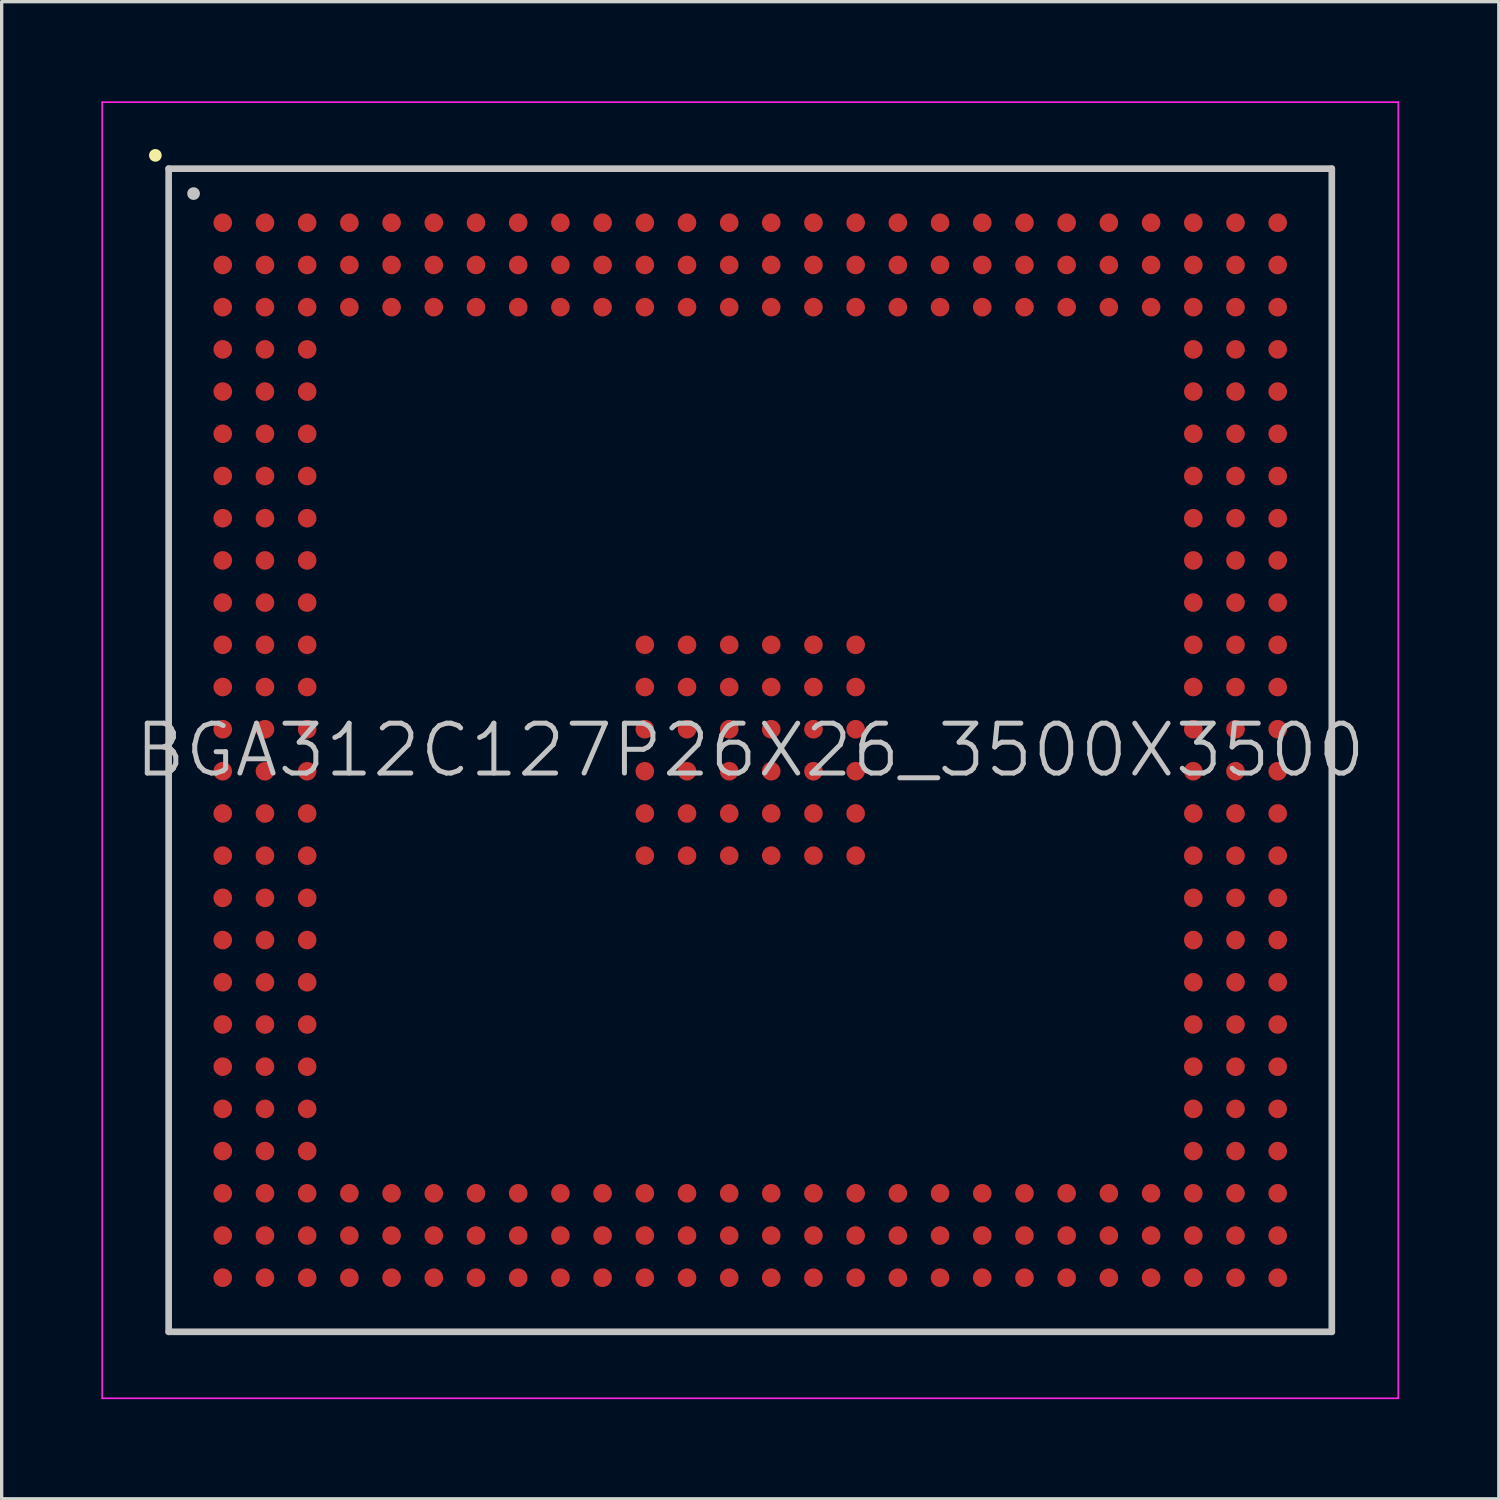
<source format=kicad_pcb>
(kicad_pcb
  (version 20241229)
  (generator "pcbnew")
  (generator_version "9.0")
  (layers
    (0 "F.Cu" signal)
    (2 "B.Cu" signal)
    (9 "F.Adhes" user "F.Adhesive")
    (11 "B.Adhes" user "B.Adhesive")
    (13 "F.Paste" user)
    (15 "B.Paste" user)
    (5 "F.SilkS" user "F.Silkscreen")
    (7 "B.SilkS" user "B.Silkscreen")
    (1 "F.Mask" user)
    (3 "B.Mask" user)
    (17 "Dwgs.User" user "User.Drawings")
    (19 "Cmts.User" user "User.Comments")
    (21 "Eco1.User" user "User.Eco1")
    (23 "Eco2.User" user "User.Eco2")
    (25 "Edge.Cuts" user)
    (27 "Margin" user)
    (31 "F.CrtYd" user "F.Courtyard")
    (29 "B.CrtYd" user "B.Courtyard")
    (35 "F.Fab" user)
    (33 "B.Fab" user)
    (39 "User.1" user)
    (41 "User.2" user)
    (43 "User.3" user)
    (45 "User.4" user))
  (footprint "BGA312C127P26X26_3500X3500"
    (layer "F.Cu")
    (at 19.525 19.525)
    (property "Reference" "BGA312C127P26X26_3500X3500" (at 0 0 0) (layer "Dwgs.User") (effects (font (size 1.5 1.5) (thickness 0.15))))
    (attr smd)
    (fp_line (start -17.9 -17.9) (end -17.9 -17.9) (stroke (width 0.381) (type solid)) (layer "F.SilkS"))
    (fp_line (start -17.5 -17.5) (end -17.5 17.5) (stroke (width 0.2) (type solid)) (layer "Dwgs.User"))
    (fp_line (start -17.5 -17.5) (end 17.5 -17.5) (stroke (width 0.2) (type solid)) (layer "Dwgs.User"))
    (fp_line (start -17.5 17.5) (end 17.5 17.5) (stroke (width 0.2) (type solid)) (layer "Dwgs.User"))
    (fp_line (start -16.75 -16.75) (end -16.75 -16.75) (stroke (width 0.381) (type solid)) (layer "Dwgs.User"))
    (fp_line (start 17.5 -17.5) (end 17.5 17.5) (stroke (width 0.2) (type solid)) (layer "Dwgs.User"))
    (fp_line (start -19.5 -19.5) (end -19.5 19.5) (stroke (width 0.05) (type solid)) (layer "F.CrtYd"))
    (fp_line (start -19.5 -19.5) (end 19.5 -19.5) (stroke (width 0.05) (type solid)) (layer "F.CrtYd"))
    (fp_line (start -19.5 19.5) (end 19.5 19.5) (stroke (width 0.05) (type solid)) (layer "F.CrtYd"))
    (fp_line (start 19.5 -19.5) (end 19.5 19.5) (stroke (width 0.05) (type solid)) (layer "F.CrtYd"))
    (pad "A1" smd circle (at -15.872 -15.872 270) (size 0.56 0.56) (layers "F.Cu" "F.Mask" "F.Paste"))
    (pad "A2" smd circle (at -14.602 -15.872 270) (size 0.56 0.56) (layers "F.Cu" "F.Mask" "F.Paste"))
    (pad "A3" smd circle (at -13.332 -15.872 270) (size 0.56 0.56) (layers "F.Cu" "F.Mask" "F.Paste"))
    (pad "A4" smd circle (at -12.062 -15.872 270) (size 0.56 0.56) (layers "F.Cu" "F.Mask" "F.Paste"))
    (pad "A5" smd circle (at -10.792 -15.872 270) (size 0.56 0.56) (layers "F.Cu" "F.Mask" "F.Paste"))
    (pad "A6" smd circle (at -9.522 -15.872 270) (size 0.56 0.56) (layers "F.Cu" "F.Mask" "F.Paste"))
    (pad "A7" smd circle (at -8.252 -15.872 270) (size 0.56 0.56) (layers "F.Cu" "F.Mask" "F.Paste"))
    (pad "A8" smd circle (at -6.982 -15.872 270) (size 0.56 0.56) (layers "F.Cu" "F.Mask" "F.Paste"))
    (pad "A9" smd circle (at -5.712 -15.872 270) (size 0.56 0.56) (layers "F.Cu" "F.Mask" "F.Paste"))
    (pad "A10" smd circle (at -4.442 -15.872 270) (size 0.56 0.56) (layers "F.Cu" "F.Mask" "F.Paste"))
    (pad "A11" smd circle (at -3.172 -15.872 270) (size 0.56 0.56) (layers "F.Cu" "F.Mask" "F.Paste"))
    (pad "A12" smd circle (at -1.902 -15.872 270) (size 0.56 0.56) (layers "F.Cu" "F.Mask" "F.Paste"))
    (pad "A13" smd circle (at -0.632 -15.872 270) (size 0.56 0.56) (layers "F.Cu" "F.Mask" "F.Paste"))
    (pad "A14" smd circle (at 0.632 -15.872 270) (size 0.56 0.56) (layers "F.Cu" "F.Mask" "F.Paste"))
    (pad "A15" smd circle (at 1.902 -15.872 270) (size 0.56 0.56) (layers "F.Cu" "F.Mask" "F.Paste"))
    (pad "A16" smd circle (at 3.172 -15.872 270) (size 0.56 0.56) (layers "F.Cu" "F.Mask" "F.Paste"))
    (pad "A17" smd circle (at 4.442 -15.872 270) (size 0.56 0.56) (layers "F.Cu" "F.Mask" "F.Paste"))
    (pad "A18" smd circle (at 5.712 -15.872 270) (size 0.56 0.56) (layers "F.Cu" "F.Mask" "F.Paste"))
    (pad "A19" smd circle (at 6.982 -15.872 270) (size 0.56 0.56) (layers "F.Cu" "F.Mask" "F.Paste"))
    (pad "A20" smd circle (at 8.252 -15.872 270) (size 0.56 0.56) (layers "F.Cu" "F.Mask" "F.Paste"))
    (pad "A21" smd circle (at 9.522 -15.872 270) (size 0.56 0.56) (layers "F.Cu" "F.Mask" "F.Paste"))
    (pad "A22" smd circle (at 10.792 -15.872 270) (size 0.56 0.56) (layers "F.Cu" "F.Mask" "F.Paste"))
    (pad "A23" smd circle (at 12.062 -15.872 270) (size 0.56 0.56) (layers "F.Cu" "F.Mask" "F.Paste"))
    (pad "A24" smd circle (at 13.332 -15.872 270) (size 0.56 0.56) (layers "F.Cu" "F.Mask" "F.Paste"))
    (pad "A25" smd circle (at 14.602 -15.872 270) (size 0.56 0.56) (layers "F.Cu" "F.Mask" "F.Paste"))
    (pad "A26" smd circle (at 15.872 -15.872 270) (size 0.56 0.56) (layers "F.Cu" "F.Mask" "F.Paste"))
    (pad "AA1" smd circle (at -15.872 9.522 270) (size 0.56 0.56) (layers "F.Cu" "F.Mask" "F.Paste"))
    (pad "AA2" smd circle (at -14.602 9.522 270) (size 0.56 0.56) (layers "F.Cu" "F.Mask" "F.Paste"))
    (pad "AA3" smd circle (at -13.332 9.522 270) (size 0.56 0.56) (layers "F.Cu" "F.Mask" "F.Paste"))
    (pad "AA24" smd circle (at 13.332 9.522 270) (size 0.56 0.56) (layers "F.Cu" "F.Mask" "F.Paste"))
    (pad "AA25" smd circle (at 14.602 9.522 270) (size 0.56 0.56) (layers "F.Cu" "F.Mask" "F.Paste"))
    (pad "AA26" smd circle (at 15.872 9.522 270) (size 0.56 0.56) (layers "F.Cu" "F.Mask" "F.Paste"))
    (pad "AB1" smd circle (at -15.872 10.792 270) (size 0.56 0.56) (layers "F.Cu" "F.Mask" "F.Paste"))
    (pad "AB2" smd circle (at -14.602 10.792 270) (size 0.56 0.56) (layers "F.Cu" "F.Mask" "F.Paste"))
    (pad "AB3" smd circle (at -13.332 10.792 270) (size 0.56 0.56) (layers "F.Cu" "F.Mask" "F.Paste"))
    (pad "AB24" smd circle (at 13.332 10.792 270) (size 0.56 0.56) (layers "F.Cu" "F.Mask" "F.Paste"))
    (pad "AB25" smd circle (at 14.602 10.792 270) (size 0.56 0.56) (layers "F.Cu" "F.Mask" "F.Paste"))
    (pad "AB26" smd circle (at 15.872 10.792 270) (size 0.56 0.56) (layers "F.Cu" "F.Mask" "F.Paste"))
    (pad "AC1" smd circle (at -15.872 12.062 270) (size 0.56 0.56) (layers "F.Cu" "F.Mask" "F.Paste"))
    (pad "AC2" smd circle (at -14.602 12.062 270) (size 0.56 0.56) (layers "F.Cu" "F.Mask" "F.Paste"))
    (pad "AC3" smd circle (at -13.332 12.062 270) (size 0.56 0.56) (layers "F.Cu" "F.Mask" "F.Paste"))
    (pad "AC24" smd circle (at 13.332 12.062 270) (size 0.56 0.56) (layers "F.Cu" "F.Mask" "F.Paste"))
    (pad "AC25" smd circle (at 14.602 12.062 270) (size 0.56 0.56) (layers "F.Cu" "F.Mask" "F.Paste"))
    (pad "AC26" smd circle (at 15.872 12.062 270) (size 0.56 0.56) (layers "F.Cu" "F.Mask" "F.Paste"))
    (pad "AD1" smd circle (at -15.872 13.332 270) (size 0.56 0.56) (layers "F.Cu" "F.Mask" "F.Paste"))
    (pad "AD2" smd circle (at -14.602 13.332 270) (size 0.56 0.56) (layers "F.Cu" "F.Mask" "F.Paste"))
    (pad "AD3" smd circle (at -13.332 13.332 270) (size 0.56 0.56) (layers "F.Cu" "F.Mask" "F.Paste"))
    (pad "AD4" smd circle (at -12.062 13.332 270) (size 0.56 0.56) (layers "F.Cu" "F.Mask" "F.Paste"))
    (pad "AD5" smd circle (at -10.792 13.332 270) (size 0.56 0.56) (layers "F.Cu" "F.Mask" "F.Paste"))
    (pad "AD6" smd circle (at -9.522 13.332 270) (size 0.56 0.56) (layers "F.Cu" "F.Mask" "F.Paste"))
    (pad "AD7" smd circle (at -8.252 13.332 270) (size 0.56 0.56) (layers "F.Cu" "F.Mask" "F.Paste"))
    (pad "AD8" smd circle (at -6.982 13.332 270) (size 0.56 0.56) (layers "F.Cu" "F.Mask" "F.Paste"))
    (pad "AD9" smd circle (at -5.712 13.332 270) (size 0.56 0.56) (layers "F.Cu" "F.Mask" "F.Paste"))
    (pad "AD10" smd circle (at -4.442 13.332 270) (size 0.56 0.56) (layers "F.Cu" "F.Mask" "F.Paste"))
    (pad "AD11" smd circle (at -3.172 13.332 270) (size 0.56 0.56) (layers "F.Cu" "F.Mask" "F.Paste"))
    (pad "AD12" smd circle (at -1.902 13.332 270) (size 0.56 0.56) (layers "F.Cu" "F.Mask" "F.Paste"))
    (pad "AD13" smd circle (at -0.632 13.332 270) (size 0.56 0.56) (layers "F.Cu" "F.Mask" "F.Paste"))
    (pad "AD14" smd circle (at 0.632 13.332 270) (size 0.56 0.56) (layers "F.Cu" "F.Mask" "F.Paste"))
    (pad "AD15" smd circle (at 1.902 13.332 270) (size 0.56 0.56) (layers "F.Cu" "F.Mask" "F.Paste"))
    (pad "AD16" smd circle (at 3.172 13.332 270) (size 0.56 0.56) (layers "F.Cu" "F.Mask" "F.Paste"))
    (pad "AD17" smd circle (at 4.442 13.332 270) (size 0.56 0.56) (layers "F.Cu" "F.Mask" "F.Paste"))
    (pad "AD18" smd circle (at 5.712 13.332 270) (size 0.56 0.56) (layers "F.Cu" "F.Mask" "F.Paste"))
    (pad "AD19" smd circle (at 6.982 13.332 270) (size 0.56 0.56) (layers "F.Cu" "F.Mask" "F.Paste"))
    (pad "AD20" smd circle (at 8.252 13.332 270) (size 0.56 0.56) (layers "F.Cu" "F.Mask" "F.Paste"))
    (pad "AD21" smd circle (at 9.522 13.332 270) (size 0.56 0.56) (layers "F.Cu" "F.Mask" "F.Paste"))
    (pad "AD22" smd circle (at 10.792 13.332 270) (size 0.56 0.56) (layers "F.Cu" "F.Mask" "F.Paste"))
    (pad "AD23" smd circle (at 12.062 13.332 270) (size 0.56 0.56) (layers "F.Cu" "F.Mask" "F.Paste"))
    (pad "AD24" smd circle (at 13.332 13.332 270) (size 0.56 0.56) (layers "F.Cu" "F.Mask" "F.Paste"))
    (pad "AD25" smd circle (at 14.602 13.332 270) (size 0.56 0.56) (layers "F.Cu" "F.Mask" "F.Paste"))
    (pad "AD26" smd circle (at 15.872 13.332 270) (size 0.56 0.56) (layers "F.Cu" "F.Mask" "F.Paste"))
    (pad "AE1" smd circle (at -15.872 14.602 270) (size 0.56 0.56) (layers "F.Cu" "F.Mask" "F.Paste"))
    (pad "AE2" smd circle (at -14.602 14.602 270) (size 0.56 0.56) (layers "F.Cu" "F.Mask" "F.Paste"))
    (pad "AE3" smd circle (at -13.332 14.602 270) (size 0.56 0.56) (layers "F.Cu" "F.Mask" "F.Paste"))
    (pad "AE4" smd circle (at -12.062 14.602 270) (size 0.56 0.56) (layers "F.Cu" "F.Mask" "F.Paste"))
    (pad "AE5" smd circle (at -10.792 14.602 270) (size 0.56 0.56) (layers "F.Cu" "F.Mask" "F.Paste"))
    (pad "AE6" smd circle (at -9.522 14.602 270) (size 0.56 0.56) (layers "F.Cu" "F.Mask" "F.Paste"))
    (pad "AE7" smd circle (at -8.252 14.602 270) (size 0.56 0.56) (layers "F.Cu" "F.Mask" "F.Paste"))
    (pad "AE8" smd circle (at -6.982 14.602 270) (size 0.56 0.56) (layers "F.Cu" "F.Mask" "F.Paste"))
    (pad "AE9" smd circle (at -5.712 14.602 270) (size 0.56 0.56) (layers "F.Cu" "F.Mask" "F.Paste"))
    (pad "AE10" smd circle (at -4.442 14.602 270) (size 0.56 0.56) (layers "F.Cu" "F.Mask" "F.Paste"))
    (pad "AE11" smd circle (at -3.172 14.602 270) (size 0.56 0.56) (layers "F.Cu" "F.Mask" "F.Paste"))
    (pad "AE12" smd circle (at -1.902 14.602 270) (size 0.56 0.56) (layers "F.Cu" "F.Mask" "F.Paste"))
    (pad "AE13" smd circle (at -0.632 14.602 270) (size 0.56 0.56) (layers "F.Cu" "F.Mask" "F.Paste"))
    (pad "AE14" smd circle (at 0.632 14.602 270) (size 0.56 0.56) (layers "F.Cu" "F.Mask" "F.Paste"))
    (pad "AE15" smd circle (at 1.902 14.602 270) (size 0.56 0.56) (layers "F.Cu" "F.Mask" "F.Paste"))
    (pad "AE16" smd circle (at 3.172 14.602 270) (size 0.56 0.56) (layers "F.Cu" "F.Mask" "F.Paste"))
    (pad "AE17" smd circle (at 4.442 14.602 270) (size 0.56 0.56) (layers "F.Cu" "F.Mask" "F.Paste"))
    (pad "AE18" smd circle (at 5.712 14.602 270) (size 0.56 0.56) (layers "F.Cu" "F.Mask" "F.Paste"))
    (pad "AE19" smd circle (at 6.982 14.602 270) (size 0.56 0.56) (layers "F.Cu" "F.Mask" "F.Paste"))
    (pad "AE20" smd circle (at 8.252 14.602 270) (size 0.56 0.56) (layers "F.Cu" "F.Mask" "F.Paste"))
    (pad "AE21" smd circle (at 9.522 14.602 270) (size 0.56 0.56) (layers "F.Cu" "F.Mask" "F.Paste"))
    (pad "AE22" smd circle (at 10.792 14.602 270) (size 0.56 0.56) (layers "F.Cu" "F.Mask" "F.Paste"))
    (pad "AE23" smd circle (at 12.062 14.602 270) (size 0.56 0.56) (layers "F.Cu" "F.Mask" "F.Paste"))
    (pad "AE24" smd circle (at 13.332 14.602 270) (size 0.56 0.56) (layers "F.Cu" "F.Mask" "F.Paste"))
    (pad "AE25" smd circle (at 14.602 14.602 270) (size 0.56 0.56) (layers "F.Cu" "F.Mask" "F.Paste"))
    (pad "AE26" smd circle (at 15.872 14.602 270) (size 0.56 0.56) (layers "F.Cu" "F.Mask" "F.Paste"))
    (pad "AF1" smd circle (at -15.872 15.872 270) (size 0.56 0.56) (layers "F.Cu" "F.Mask" "F.Paste"))
    (pad "AF2" smd circle (at -14.602 15.872 270) (size 0.56 0.56) (layers "F.Cu" "F.Mask" "F.Paste"))
    (pad "AF3" smd circle (at -13.332 15.872 270) (size 0.56 0.56) (layers "F.Cu" "F.Mask" "F.Paste"))
    (pad "AF4" smd circle (at -12.062 15.872 270) (size 0.56 0.56) (layers "F.Cu" "F.Mask" "F.Paste"))
    (pad "AF5" smd circle (at -10.792 15.872 270) (size 0.56 0.56) (layers "F.Cu" "F.Mask" "F.Paste"))
    (pad "AF6" smd circle (at -9.522 15.872 270) (size 0.56 0.56) (layers "F.Cu" "F.Mask" "F.Paste"))
    (pad "AF7" smd circle (at -8.252 15.872 270) (size 0.56 0.56) (layers "F.Cu" "F.Mask" "F.Paste"))
    (pad "AF8" smd circle (at -6.982 15.872 270) (size 0.56 0.56) (layers "F.Cu" "F.Mask" "F.Paste"))
    (pad "AF9" smd circle (at -5.712 15.872 270) (size 0.56 0.56) (layers "F.Cu" "F.Mask" "F.Paste"))
    (pad "AF10" smd circle (at -4.442 15.872 270) (size 0.56 0.56) (layers "F.Cu" "F.Mask" "F.Paste"))
    (pad "AF11" smd circle (at -3.172 15.872 270) (size 0.56 0.56) (layers "F.Cu" "F.Mask" "F.Paste"))
    (pad "AF12" smd circle (at -1.902 15.872 270) (size 0.56 0.56) (layers "F.Cu" "F.Mask" "F.Paste"))
    (pad "AF13" smd circle (at -0.632 15.872 270) (size 0.56 0.56) (layers "F.Cu" "F.Mask" "F.Paste"))
    (pad "AF14" smd circle (at 0.632 15.872 270) (size 0.56 0.56) (layers "F.Cu" "F.Mask" "F.Paste"))
    (pad "AF15" smd circle (at 1.902 15.872 270) (size 0.56 0.56) (layers "F.Cu" "F.Mask" "F.Paste"))
    (pad "AF16" smd circle (at 3.172 15.872 270) (size 0.56 0.56) (layers "F.Cu" "F.Mask" "F.Paste"))
    (pad "AF17" smd circle (at 4.442 15.872 270) (size 0.56 0.56) (layers "F.Cu" "F.Mask" "F.Paste"))
    (pad "AF18" smd circle (at 5.712 15.872 270) (size 0.56 0.56) (layers "F.Cu" "F.Mask" "F.Paste"))
    (pad "AF19" smd circle (at 6.982 15.872 270) (size 0.56 0.56) (layers "F.Cu" "F.Mask" "F.Paste"))
    (pad "AF20" smd circle (at 8.252 15.872 270) (size 0.56 0.56) (layers "F.Cu" "F.Mask" "F.Paste"))
    (pad "AF21" smd circle (at 9.522 15.872 270) (size 0.56 0.56) (layers "F.Cu" "F.Mask" "F.Paste"))
    (pad "AF22" smd circle (at 10.792 15.872 270) (size 0.56 0.56) (layers "F.Cu" "F.Mask" "F.Paste"))
    (pad "AF23" smd circle (at 12.062 15.872 270) (size 0.56 0.56) (layers "F.Cu" "F.Mask" "F.Paste"))
    (pad "AF24" smd circle (at 13.332 15.872 270) (size 0.56 0.56) (layers "F.Cu" "F.Mask" "F.Paste"))
    (pad "AF25" smd circle (at 14.602 15.872 270) (size 0.56 0.56) (layers "F.Cu" "F.Mask" "F.Paste"))
    (pad "AF26" smd circle (at 15.872 15.872 270) (size 0.56 0.56) (layers "F.Cu" "F.Mask" "F.Paste"))
    (pad "B1" smd circle (at -15.872 -14.602 270) (size 0.56 0.56) (layers "F.Cu" "F.Mask" "F.Paste"))
    (pad "B2" smd circle (at -14.602 -14.602 270) (size 0.56 0.56) (layers "F.Cu" "F.Mask" "F.Paste"))
    (pad "B3" smd circle (at -13.332 -14.602 270) (size 0.56 0.56) (layers "F.Cu" "F.Mask" "F.Paste"))
    (pad "B4" smd circle (at -12.062 -14.602 270) (size 0.56 0.56) (layers "F.Cu" "F.Mask" "F.Paste"))
    (pad "B5" smd circle (at -10.792 -14.602 270) (size 0.56 0.56) (layers "F.Cu" "F.Mask" "F.Paste"))
    (pad "B6" smd circle (at -9.522 -14.602 270) (size 0.56 0.56) (layers "F.Cu" "F.Mask" "F.Paste"))
    (pad "B7" smd circle (at -8.252 -14.602 270) (size 0.56 0.56) (layers "F.Cu" "F.Mask" "F.Paste"))
    (pad "B8" smd circle (at -6.982 -14.602 270) (size 0.56 0.56) (layers "F.Cu" "F.Mask" "F.Paste"))
    (pad "B9" smd circle (at -5.712 -14.602 270) (size 0.56 0.56) (layers "F.Cu" "F.Mask" "F.Paste"))
    (pad "B10" smd circle (at -4.442 -14.602 270) (size 0.56 0.56) (layers "F.Cu" "F.Mask" "F.Paste"))
    (pad "B11" smd circle (at -3.172 -14.602 270) (size 0.56 0.56) (layers "F.Cu" "F.Mask" "F.Paste"))
    (pad "B12" smd circle (at -1.902 -14.602 270) (size 0.56 0.56) (layers "F.Cu" "F.Mask" "F.Paste"))
    (pad "B13" smd circle (at -0.632 -14.602 270) (size 0.56 0.56) (layers "F.Cu" "F.Mask" "F.Paste"))
    (pad "B14" smd circle (at 0.632 -14.602 270) (size 0.56 0.56) (layers "F.Cu" "F.Mask" "F.Paste"))
    (pad "B15" smd circle (at 1.902 -14.602 270) (size 0.56 0.56) (layers "F.Cu" "F.Mask" "F.Paste"))
    (pad "B16" smd circle (at 3.172 -14.602 270) (size 0.56 0.56) (layers "F.Cu" "F.Mask" "F.Paste"))
    (pad "B17" smd circle (at 4.442 -14.602 270) (size 0.56 0.56) (layers "F.Cu" "F.Mask" "F.Paste"))
    (pad "B18" smd circle (at 5.712 -14.602 270) (size 0.56 0.56) (layers "F.Cu" "F.Mask" "F.Paste"))
    (pad "B19" smd circle (at 6.982 -14.602 270) (size 0.56 0.56) (layers "F.Cu" "F.Mask" "F.Paste"))
    (pad "B20" smd circle (at 8.252 -14.602 270) (size 0.56 0.56) (layers "F.Cu" "F.Mask" "F.Paste"))
    (pad "B21" smd circle (at 9.522 -14.602 270) (size 0.56 0.56) (layers "F.Cu" "F.Mask" "F.Paste"))
    (pad "B22" smd circle (at 10.792 -14.602 270) (size 0.56 0.56) (layers "F.Cu" "F.Mask" "F.Paste"))
    (pad "B23" smd circle (at 12.062 -14.602 270) (size 0.56 0.56) (layers "F.Cu" "F.Mask" "F.Paste"))
    (pad "B24" smd circle (at 13.332 -14.602 270) (size 0.56 0.56) (layers "F.Cu" "F.Mask" "F.Paste"))
    (pad "B25" smd circle (at 14.602 -14.602 270) (size 0.56 0.56) (layers "F.Cu" "F.Mask" "F.Paste"))
    (pad "B26" smd circle (at 15.872 -14.602 270) (size 0.56 0.56) (layers "F.Cu" "F.Mask" "F.Paste"))
    (pad "C1" smd circle (at -15.872 -13.332 270) (size 0.56 0.56) (layers "F.Cu" "F.Mask" "F.Paste"))
    (pad "C2" smd circle (at -14.602 -13.332 270) (size 0.56 0.56) (layers "F.Cu" "F.Mask" "F.Paste"))
    (pad "C3" smd circle (at -13.332 -13.332 270) (size 0.56 0.56) (layers "F.Cu" "F.Mask" "F.Paste"))
    (pad "C4" smd circle (at -12.062 -13.332 270) (size 0.56 0.56) (layers "F.Cu" "F.Mask" "F.Paste"))
    (pad "C5" smd circle (at -10.792 -13.332 270) (size 0.56 0.56) (layers "F.Cu" "F.Mask" "F.Paste"))
    (pad "C6" smd circle (at -9.522 -13.332 270) (size 0.56 0.56) (layers "F.Cu" "F.Mask" "F.Paste"))
    (pad "C7" smd circle (at -8.252 -13.332 270) (size 0.56 0.56) (layers "F.Cu" "F.Mask" "F.Paste"))
    (pad "C8" smd circle (at -6.982 -13.332 270) (size 0.56 0.56) (layers "F.Cu" "F.Mask" "F.Paste"))
    (pad "C9" smd circle (at -5.712 -13.332 270) (size 0.56 0.56) (layers "F.Cu" "F.Mask" "F.Paste"))
    (pad "C10" smd circle (at -4.442 -13.332 270) (size 0.56 0.56) (layers "F.Cu" "F.Mask" "F.Paste"))
    (pad "C11" smd circle (at -3.172 -13.332 270) (size 0.56 0.56) (layers "F.Cu" "F.Mask" "F.Paste"))
    (pad "C12" smd circle (at -1.902 -13.332 270) (size 0.56 0.56) (layers "F.Cu" "F.Mask" "F.Paste"))
    (pad "C13" smd circle (at -0.632 -13.332 270) (size 0.56 0.56) (layers "F.Cu" "F.Mask" "F.Paste"))
    (pad "C14" smd circle (at 0.632 -13.332 270) (size 0.56 0.56) (layers "F.Cu" "F.Mask" "F.Paste"))
    (pad "C15" smd circle (at 1.902 -13.332 270) (size 0.56 0.56) (layers "F.Cu" "F.Mask" "F.Paste"))
    (pad "C16" smd circle (at 3.172 -13.332 270) (size 0.56 0.56) (layers "F.Cu" "F.Mask" "F.Paste"))
    (pad "C17" smd circle (at 4.442 -13.332 270) (size 0.56 0.56) (layers "F.Cu" "F.Mask" "F.Paste"))
    (pad "C18" smd circle (at 5.712 -13.332 270) (size 0.56 0.56) (layers "F.Cu" "F.Mask" "F.Paste"))
    (pad "C19" smd circle (at 6.982 -13.332 270) (size 0.56 0.56) (layers "F.Cu" "F.Mask" "F.Paste"))
    (pad "C20" smd circle (at 8.252 -13.332 270) (size 0.56 0.56) (layers "F.Cu" "F.Mask" "F.Paste"))
    (pad "C21" smd circle (at 9.522 -13.332 270) (size 0.56 0.56) (layers "F.Cu" "F.Mask" "F.Paste"))
    (pad "C22" smd circle (at 10.792 -13.332 270) (size 0.56 0.56) (layers "F.Cu" "F.Mask" "F.Paste"))
    (pad "C23" smd circle (at 12.062 -13.332 270) (size 0.56 0.56) (layers "F.Cu" "F.Mask" "F.Paste"))
    (pad "C24" smd circle (at 13.332 -13.332 270) (size 0.56 0.56) (layers "F.Cu" "F.Mask" "F.Paste"))
    (pad "C25" smd circle (at 14.602 -13.332 270) (size 0.56 0.56) (layers "F.Cu" "F.Mask" "F.Paste"))
    (pad "C26" smd circle (at 15.872 -13.332 270) (size 0.56 0.56) (layers "F.Cu" "F.Mask" "F.Paste"))
    (pad "D1" smd circle (at -15.872 -12.062 270) (size 0.56 0.56) (layers "F.Cu" "F.Mask" "F.Paste"))
    (pad "D2" smd circle (at -14.602 -12.062 270) (size 0.56 0.56) (layers "F.Cu" "F.Mask" "F.Paste"))
    (pad "D3" smd circle (at -13.332 -12.062 270) (size 0.56 0.56) (layers "F.Cu" "F.Mask" "F.Paste"))
    (pad "D24" smd circle (at 13.332 -12.062 270) (size 0.56 0.56) (layers "F.Cu" "F.Mask" "F.Paste"))
    (pad "D25" smd circle (at 14.602 -12.062 270) (size 0.56 0.56) (layers "F.Cu" "F.Mask" "F.Paste"))
    (pad "D26" smd circle (at 15.872 -12.062 270) (size 0.56 0.56) (layers "F.Cu" "F.Mask" "F.Paste"))
    (pad "E1" smd circle (at -15.872 -10.792 270) (size 0.56 0.56) (layers "F.Cu" "F.Mask" "F.Paste"))
    (pad "E2" smd circle (at -14.602 -10.792 270) (size 0.56 0.56) (layers "F.Cu" "F.Mask" "F.Paste"))
    (pad "E3" smd circle (at -13.332 -10.792 270) (size 0.56 0.56) (layers "F.Cu" "F.Mask" "F.Paste"))
    (pad "E24" smd circle (at 13.332 -10.792 270) (size 0.56 0.56) (layers "F.Cu" "F.Mask" "F.Paste"))
    (pad "E25" smd circle (at 14.602 -10.792 270) (size 0.56 0.56) (layers "F.Cu" "F.Mask" "F.Paste"))
    (pad "E26" smd circle (at 15.872 -10.792 270) (size 0.56 0.56) (layers "F.Cu" "F.Mask" "F.Paste"))
    (pad "F1" smd circle (at -15.872 -9.522 270) (size 0.56 0.56) (layers "F.Cu" "F.Mask" "F.Paste"))
    (pad "F2" smd circle (at -14.602 -9.522 270) (size 0.56 0.56) (layers "F.Cu" "F.Mask" "F.Paste"))
    (pad "F3" smd circle (at -13.332 -9.522 270) (size 0.56 0.56) (layers "F.Cu" "F.Mask" "F.Paste"))
    (pad "F24" smd circle (at 13.332 -9.522 270) (size 0.56 0.56) (layers "F.Cu" "F.Mask" "F.Paste"))
    (pad "F25" smd circle (at 14.602 -9.522 270) (size 0.56 0.56) (layers "F.Cu" "F.Mask" "F.Paste"))
    (pad "F26" smd circle (at 15.872 -9.522 270) (size 0.56 0.56) (layers "F.Cu" "F.Mask" "F.Paste"))
    (pad "G1" smd circle (at -15.872 -8.252 270) (size 0.56 0.56) (layers "F.Cu" "F.Mask" "F.Paste"))
    (pad "G2" smd circle (at -14.602 -8.252 270) (size 0.56 0.56) (layers "F.Cu" "F.Mask" "F.Paste"))
    (pad "G3" smd circle (at -13.332 -8.252 270) (size 0.56 0.56) (layers "F.Cu" "F.Mask" "F.Paste"))
    (pad "G24" smd circle (at 13.332 -8.252 270) (size 0.56 0.56) (layers "F.Cu" "F.Mask" "F.Paste"))
    (pad "G25" smd circle (at 14.602 -8.252 270) (size 0.56 0.56) (layers "F.Cu" "F.Mask" "F.Paste"))
    (pad "G26" smd circle (at 15.872 -8.252 270) (size 0.56 0.56) (layers "F.Cu" "F.Mask" "F.Paste"))
    (pad "H1" smd circle (at -15.872 -6.982 270) (size 0.56 0.56) (layers "F.Cu" "F.Mask" "F.Paste"))
    (pad "H2" smd circle (at -14.602 -6.982 270) (size 0.56 0.56) (layers "F.Cu" "F.Mask" "F.Paste"))
    (pad "H3" smd circle (at -13.332 -6.982 270) (size 0.56 0.56) (layers "F.Cu" "F.Mask" "F.Paste"))
    (pad "H24" smd circle (at 13.332 -6.982 270) (size 0.56 0.56) (layers "F.Cu" "F.Mask" "F.Paste"))
    (pad "H25" smd circle (at 14.602 -6.982 270) (size 0.56 0.56) (layers "F.Cu" "F.Mask" "F.Paste"))
    (pad "H26" smd circle (at 15.872 -6.982 270) (size 0.56 0.56) (layers "F.Cu" "F.Mask" "F.Paste"))
    (pad "J1" smd circle (at -15.872 -5.712 270) (size 0.56 0.56) (layers "F.Cu" "F.Mask" "F.Paste"))
    (pad "J2" smd circle (at -14.602 -5.712 270) (size 0.56 0.56) (layers "F.Cu" "F.Mask" "F.Paste"))
    (pad "J3" smd circle (at -13.332 -5.712 270) (size 0.56 0.56) (layers "F.Cu" "F.Mask" "F.Paste"))
    (pad "J24" smd circle (at 13.332 -5.712 270) (size 0.56 0.56) (layers "F.Cu" "F.Mask" "F.Paste"))
    (pad "J25" smd circle (at 14.602 -5.712 270) (size 0.56 0.56) (layers "F.Cu" "F.Mask" "F.Paste"))
    (pad "J26" smd circle (at 15.872 -5.712 270) (size 0.56 0.56) (layers "F.Cu" "F.Mask" "F.Paste"))
    (pad "K1" smd circle (at -15.872 -4.442 270) (size 0.56 0.56) (layers "F.Cu" "F.Mask" "F.Paste"))
    (pad "K2" smd circle (at -14.602 -4.442 270) (size 0.56 0.56) (layers "F.Cu" "F.Mask" "F.Paste"))
    (pad "K3" smd circle (at -13.332 -4.442 270) (size 0.56 0.56) (layers "F.Cu" "F.Mask" "F.Paste"))
    (pad "K24" smd circle (at 13.332 -4.442 270) (size 0.56 0.56) (layers "F.Cu" "F.Mask" "F.Paste"))
    (pad "K25" smd circle (at 14.602 -4.442 270) (size 0.56 0.56) (layers "F.Cu" "F.Mask" "F.Paste"))
    (pad "K26" smd circle (at 15.872 -4.442 270) (size 0.56 0.56) (layers "F.Cu" "F.Mask" "F.Paste"))
    (pad "L1" smd circle (at -15.872 -3.172 270) (size 0.56 0.56) (layers "F.Cu" "F.Mask" "F.Paste"))
    (pad "L2" smd circle (at -14.602 -3.172 270) (size 0.56 0.56) (layers "F.Cu" "F.Mask" "F.Paste"))
    (pad "L3" smd circle (at -13.332 -3.172 270) (size 0.56 0.56) (layers "F.Cu" "F.Mask" "F.Paste"))
    (pad "L11" smd circle (at -3.172 -3.172 270) (size 0.56 0.56) (layers "F.Cu" "F.Mask" "F.Paste"))
    (pad "L12" smd circle (at -1.902 -3.172 270) (size 0.56 0.56) (layers "F.Cu" "F.Mask" "F.Paste"))
    (pad "L13" smd circle (at -0.632 -3.172 270) (size 0.56 0.56) (layers "F.Cu" "F.Mask" "F.Paste"))
    (pad "L14" smd circle (at 0.632 -3.172 270) (size 0.56 0.56) (layers "F.Cu" "F.Mask" "F.Paste"))
    (pad "L15" smd circle (at 1.902 -3.172 270) (size 0.56 0.56) (layers "F.Cu" "F.Mask" "F.Paste"))
    (pad "L16" smd circle (at 3.172 -3.172 270) (size 0.56 0.56) (layers "F.Cu" "F.Mask" "F.Paste"))
    (pad "L24" smd circle (at 13.332 -3.172 270) (size 0.56 0.56) (layers "F.Cu" "F.Mask" "F.Paste"))
    (pad "L25" smd circle (at 14.602 -3.172 270) (size 0.56 0.56) (layers "F.Cu" "F.Mask" "F.Paste"))
    (pad "L26" smd circle (at 15.872 -3.172 270) (size 0.56 0.56) (layers "F.Cu" "F.Mask" "F.Paste"))
    (pad "M1" smd circle (at -15.872 -1.902 270) (size 0.56 0.56) (layers "F.Cu" "F.Mask" "F.Paste"))
    (pad "M2" smd circle (at -14.602 -1.902 270) (size 0.56 0.56) (layers "F.Cu" "F.Mask" "F.Paste"))
    (pad "M3" smd circle (at -13.332 -1.902 270) (size 0.56 0.56) (layers "F.Cu" "F.Mask" "F.Paste"))
    (pad "M11" smd circle (at -3.172 -1.902 270) (size 0.56 0.56) (layers "F.Cu" "F.Mask" "F.Paste"))
    (pad "M12" smd circle (at -1.902 -1.902 270) (size 0.56 0.56) (layers "F.Cu" "F.Mask" "F.Paste"))
    (pad "M13" smd circle (at -0.632 -1.902 270) (size 0.56 0.56) (layers "F.Cu" "F.Mask" "F.Paste"))
    (pad "M14" smd circle (at 0.632 -1.902 270) (size 0.56 0.56) (layers "F.Cu" "F.Mask" "F.Paste"))
    (pad "M15" smd circle (at 1.902 -1.902 270) (size 0.56 0.56) (layers "F.Cu" "F.Mask" "F.Paste"))
    (pad "M16" smd circle (at 3.172 -1.902 270) (size 0.56 0.56) (layers "F.Cu" "F.Mask" "F.Paste"))
    (pad "M24" smd circle (at 13.332 -1.902 270) (size 0.56 0.56) (layers "F.Cu" "F.Mask" "F.Paste"))
    (pad "M25" smd circle (at 14.602 -1.902 270) (size 0.56 0.56) (layers "F.Cu" "F.Mask" "F.Paste"))
    (pad "M26" smd circle (at 15.872 -1.902 270) (size 0.56 0.56) (layers "F.Cu" "F.Mask" "F.Paste"))
    (pad "N1" smd circle (at -15.872 -0.632 270) (size 0.56 0.56) (layers "F.Cu" "F.Mask" "F.Paste"))
    (pad "N2" smd circle (at -14.602 -0.632 270) (size 0.56 0.56) (layers "F.Cu" "F.Mask" "F.Paste"))
    (pad "N3" smd circle (at -13.332 -0.632 270) (size 0.56 0.56) (layers "F.Cu" "F.Mask" "F.Paste"))
    (pad "N11" smd circle (at -3.172 -0.632 270) (size 0.56 0.56) (layers "F.Cu" "F.Mask" "F.Paste"))
    (pad "N12" smd circle (at -1.902 -0.632 270) (size 0.56 0.56) (layers "F.Cu" "F.Mask" "F.Paste"))
    (pad "N13" smd circle (at -0.632 -0.632 270) (size 0.56 0.56) (layers "F.Cu" "F.Mask" "F.Paste"))
    (pad "N14" smd circle (at 0.632 -0.632 270) (size 0.56 0.56) (layers "F.Cu" "F.Mask" "F.Paste"))
    (pad "N15" smd circle (at 1.902 -0.632 270) (size 0.56 0.56) (layers "F.Cu" "F.Mask" "F.Paste"))
    (pad "N16" smd circle (at 3.172 -0.632 270) (size 0.56 0.56) (layers "F.Cu" "F.Mask" "F.Paste"))
    (pad "N24" smd circle (at 13.332 -0.632 270) (size 0.56 0.56) (layers "F.Cu" "F.Mask" "F.Paste"))
    (pad "N25" smd circle (at 14.602 -0.632 270) (size 0.56 0.56) (layers "F.Cu" "F.Mask" "F.Paste"))
    (pad "N26" smd circle (at 15.872 -0.632 270) (size 0.56 0.56) (layers "F.Cu" "F.Mask" "F.Paste"))
    (pad "P1" smd circle (at -15.872 0.632 270) (size 0.56 0.56) (layers "F.Cu" "F.Mask" "F.Paste"))
    (pad "P2" smd circle (at -14.602 0.632 270) (size 0.56 0.56) (layers "F.Cu" "F.Mask" "F.Paste"))
    (pad "P3" smd circle (at -13.332 0.632 270) (size 0.56 0.56) (layers "F.Cu" "F.Mask" "F.Paste"))
    (pad "P11" smd circle (at -3.172 0.632 270) (size 0.56 0.56) (layers "F.Cu" "F.Mask" "F.Paste"))
    (pad "P12" smd circle (at -1.902 0.632 270) (size 0.56 0.56) (layers "F.Cu" "F.Mask" "F.Paste"))
    (pad "P13" smd circle (at -0.632 0.632 270) (size 0.56 0.56) (layers "F.Cu" "F.Mask" "F.Paste"))
    (pad "P14" smd circle (at 0.632 0.632 270) (size 0.56 0.56) (layers "F.Cu" "F.Mask" "F.Paste"))
    (pad "P15" smd circle (at 1.902 0.632 270) (size 0.56 0.56) (layers "F.Cu" "F.Mask" "F.Paste"))
    (pad "P16" smd circle (at 3.172 0.632 270) (size 0.56 0.56) (layers "F.Cu" "F.Mask" "F.Paste"))
    (pad "P24" smd circle (at 13.332 0.632 270) (size 0.56 0.56) (layers "F.Cu" "F.Mask" "F.Paste"))
    (pad "P25" smd circle (at 14.602 0.632 270) (size 0.56 0.56) (layers "F.Cu" "F.Mask" "F.Paste"))
    (pad "P26" smd circle (at 15.872 0.632 270) (size 0.56 0.56) (layers "F.Cu" "F.Mask" "F.Paste"))
    (pad "R1" smd circle (at -15.872 1.902 270) (size 0.56 0.56) (layers "F.Cu" "F.Mask" "F.Paste"))
    (pad "R2" smd circle (at -14.602 1.902 270) (size 0.56 0.56) (layers "F.Cu" "F.Mask" "F.Paste"))
    (pad "R3" smd circle (at -13.332 1.902 270) (size 0.56 0.56) (layers "F.Cu" "F.Mask" "F.Paste"))
    (pad "R11" smd circle (at -3.172 1.902 270) (size 0.56 0.56) (layers "F.Cu" "F.Mask" "F.Paste"))
    (pad "R12" smd circle (at -1.902 1.902 270) (size 0.56 0.56) (layers "F.Cu" "F.Mask" "F.Paste"))
    (pad "R13" smd circle (at -0.632 1.902 270) (size 0.56 0.56) (layers "F.Cu" "F.Mask" "F.Paste"))
    (pad "R14" smd circle (at 0.632 1.902 270) (size 0.56 0.56) (layers "F.Cu" "F.Mask" "F.Paste"))
    (pad "R15" smd circle (at 1.902 1.902 270) (size 0.56 0.56) (layers "F.Cu" "F.Mask" "F.Paste"))
    (pad "R16" smd circle (at 3.172 1.902 270) (size 0.56 0.56) (layers "F.Cu" "F.Mask" "F.Paste"))
    (pad "R24" smd circle (at 13.332 1.902 270) (size 0.56 0.56) (layers "F.Cu" "F.Mask" "F.Paste"))
    (pad "R25" smd circle (at 14.602 1.902 270) (size 0.56 0.56) (layers "F.Cu" "F.Mask" "F.Paste"))
    (pad "R26" smd circle (at 15.872 1.902 270) (size 0.56 0.56) (layers "F.Cu" "F.Mask" "F.Paste"))
    (pad "T1" smd circle (at -15.872 3.172 270) (size 0.56 0.56) (layers "F.Cu" "F.Mask" "F.Paste"))
    (pad "T2" smd circle (at -14.602 3.172 270) (size 0.56 0.56) (layers "F.Cu" "F.Mask" "F.Paste"))
    (pad "T3" smd circle (at -13.332 3.172 270) (size 0.56 0.56) (layers "F.Cu" "F.Mask" "F.Paste"))
    (pad "T11" smd circle (at -3.172 3.172 270) (size 0.56 0.56) (layers "F.Cu" "F.Mask" "F.Paste"))
    (pad "T12" smd circle (at -1.902 3.172 270) (size 0.56 0.56) (layers "F.Cu" "F.Mask" "F.Paste"))
    (pad "T13" smd circle (at -0.632 3.172 270) (size 0.56 0.56) (layers "F.Cu" "F.Mask" "F.Paste"))
    (pad "T14" smd circle (at 0.632 3.172 270) (size 0.56 0.56) (layers "F.Cu" "F.Mask" "F.Paste"))
    (pad "T15" smd circle (at 1.902 3.172 270) (size 0.56 0.56) (layers "F.Cu" "F.Mask" "F.Paste"))
    (pad "T16" smd circle (at 3.172 3.172 270) (size 0.56 0.56) (layers "F.Cu" "F.Mask" "F.Paste"))
    (pad "T24" smd circle (at 13.332 3.172 270) (size 0.56 0.56) (layers "F.Cu" "F.Mask" "F.Paste"))
    (pad "T25" smd circle (at 14.602 3.172 270) (size 0.56 0.56) (layers "F.Cu" "F.Mask" "F.Paste"))
    (pad "T26" smd circle (at 15.872 3.172 270) (size 0.56 0.56) (layers "F.Cu" "F.Mask" "F.Paste"))
    (pad "U1" smd circle (at -15.872 4.442 270) (size 0.56 0.56) (layers "F.Cu" "F.Mask" "F.Paste"))
    (pad "U2" smd circle (at -14.602 4.442 270) (size 0.56 0.56) (layers "F.Cu" "F.Mask" "F.Paste"))
    (pad "U3" smd circle (at -13.332 4.442 270) (size 0.56 0.56) (layers "F.Cu" "F.Mask" "F.Paste"))
    (pad "U24" smd circle (at 13.332 4.442 270) (size 0.56 0.56) (layers "F.Cu" "F.Mask" "F.Paste"))
    (pad "U25" smd circle (at 14.602 4.442 270) (size 0.56 0.56) (layers "F.Cu" "F.Mask" "F.Paste"))
    (pad "U26" smd circle (at 15.872 4.442 270) (size 0.56 0.56) (layers "F.Cu" "F.Mask" "F.Paste"))
    (pad "V1" smd circle (at -15.872 5.712 270) (size 0.56 0.56) (layers "F.Cu" "F.Mask" "F.Paste"))
    (pad "V2" smd circle (at -14.602 5.712 270) (size 0.56 0.56) (layers "F.Cu" "F.Mask" "F.Paste"))
    (pad "V3" smd circle (at -13.332 5.712 270) (size 0.56 0.56) (layers "F.Cu" "F.Mask" "F.Paste"))
    (pad "V24" smd circle (at 13.332 5.712 270) (size 0.56 0.56) (layers "F.Cu" "F.Mask" "F.Paste"))
    (pad "V25" smd circle (at 14.602 5.712 270) (size 0.56 0.56) (layers "F.Cu" "F.Mask" "F.Paste"))
    (pad "V26" smd circle (at 15.872 5.712 270) (size 0.56 0.56) (layers "F.Cu" "F.Mask" "F.Paste"))
    (pad "W1" smd circle (at -15.872 6.982 270) (size 0.56 0.56) (layers "F.Cu" "F.Mask" "F.Paste"))
    (pad "W2" smd circle (at -14.602 6.982 270) (size 0.56 0.56) (layers "F.Cu" "F.Mask" "F.Paste"))
    (pad "W3" smd circle (at -13.332 6.982 270) (size 0.56 0.56) (layers "F.Cu" "F.Mask" "F.Paste"))
    (pad "W24" smd circle (at 13.332 6.982 270) (size 0.56 0.56) (layers "F.Cu" "F.Mask" "F.Paste"))
    (pad "W25" smd circle (at 14.602 6.982 270) (size 0.56 0.56) (layers "F.Cu" "F.Mask" "F.Paste"))
    (pad "W26" smd circle (at 15.872 6.982 270) (size 0.56 0.56) (layers "F.Cu" "F.Mask" "F.Paste"))
    (pad "Y1" smd circle (at -15.872 8.252 270) (size 0.56 0.56) (layers "F.Cu" "F.Mask" "F.Paste"))
    (pad "Y2" smd circle (at -14.602 8.252 270) (size 0.56 0.56) (layers "F.Cu" "F.Mask" "F.Paste"))
    (pad "Y3" smd circle (at -13.332 8.252 270) (size 0.56 0.56) (layers "F.Cu" "F.Mask" "F.Paste"))
    (pad "Y24" smd circle (at 13.332 8.252 270) (size 0.56 0.56) (layers "F.Cu" "F.Mask" "F.Paste"))
    (pad "Y25" smd circle (at 14.602 8.252 270) (size 0.56 0.56) (layers "F.Cu" "F.Mask" "F.Paste"))
    (pad "Y26" smd circle (at 15.872 8.252 270) (size 0.56 0.56) (layers "F.Cu" "F.Mask" "F.Paste")))
  (gr_rect
    (start -3 -3)
    (end 42.05 42.05)
    (stroke (width 0.1) (type default))
    (fill no)
    (layer "Edge.Cuts")))
</source>
